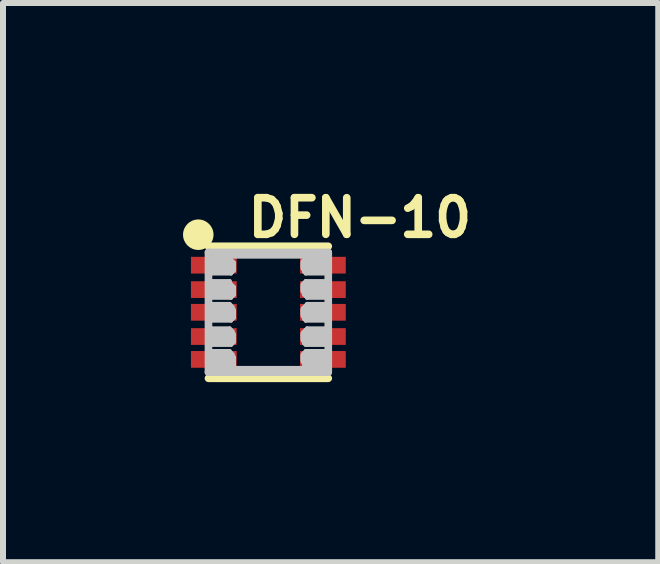
<source format=kicad_pcb>
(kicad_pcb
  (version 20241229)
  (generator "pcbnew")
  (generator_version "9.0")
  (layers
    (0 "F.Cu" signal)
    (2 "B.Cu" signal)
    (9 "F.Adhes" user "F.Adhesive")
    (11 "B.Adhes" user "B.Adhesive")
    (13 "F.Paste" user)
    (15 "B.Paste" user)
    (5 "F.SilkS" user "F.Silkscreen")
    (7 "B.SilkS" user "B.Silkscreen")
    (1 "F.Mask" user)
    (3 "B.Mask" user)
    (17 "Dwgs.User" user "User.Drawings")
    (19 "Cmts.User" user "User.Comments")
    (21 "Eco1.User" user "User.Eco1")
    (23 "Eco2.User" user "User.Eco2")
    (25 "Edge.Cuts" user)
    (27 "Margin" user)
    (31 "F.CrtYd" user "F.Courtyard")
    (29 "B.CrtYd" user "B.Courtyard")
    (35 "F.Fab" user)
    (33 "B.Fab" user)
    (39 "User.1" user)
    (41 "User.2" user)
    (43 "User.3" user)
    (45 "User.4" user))
  (footprint "DFN-10"
    (layer "F.Cu")
    (at 1.422 2.154)
    (property "Reference" "DFN-10" (at 1.524 -1.575 0) (layer "F.SilkS") (effects (font (size 0.61 0.61) (thickness 0.127))))
    (attr smd)
    (fp_line (start -0.998 -1.1) (end 0.998 -1.1) (stroke (width 0.127) (type solid)) (layer "F.SilkS"))
    (fp_line (start -0.998 1.1) (end 0.998 1.1) (stroke (width 0.127) (type solid)) (layer "F.SilkS"))
    (fp_circle (center -1.168 -1.293) (end -1.168 -1.547) (stroke (width 0) (type solid)) (fill yes) (layer "F.SilkS"))
    (fp_line (start -1.003 -0.978) (end 1.003 -0.978) (stroke (width 0.066) (type solid)) (layer "Dwgs.User"))
    (fp_line (start -1.003 -0.953) (end -1.003 -0.978) (stroke (width 0.066) (type solid)) (layer "Dwgs.User"))
    (fp_line (start -1.003 -0.953) (end 1.003 -0.953) (stroke (width 0.066) (type solid)) (layer "Dwgs.User"))
    (fp_line (start -1.003 -0.953) (end 1.003 -0.953) (stroke (width 0.066) (type solid)) (layer "Dwgs.User"))
    (fp_line (start -1.003 -0.927) (end -1.003 -0.953) (stroke (width 0.066) (type solid)) (layer "Dwgs.User"))
    (fp_line (start -1.003 -0.927) (end -0.645 -0.927) (stroke (width 0.066) (type solid)) (layer "Dwgs.User"))
    (fp_line (start -1.003 -0.927) (end 1.003 -0.927) (stroke (width 0.066) (type solid)) (layer "Dwgs.User"))
    (fp_line (start -1.003 -0.899) (end -1.003 -0.927) (stroke (width 0.066) (type solid)) (layer "Dwgs.User"))
    (fp_line (start -1.003 -0.899) (end -0.645 -0.899) (stroke (width 0.066) (type solid)) (layer "Dwgs.User"))
    (fp_line (start -1.003 -0.899) (end -0.645 -0.899) (stroke (width 0.066) (type solid)) (layer "Dwgs.User"))
    (fp_line (start -1.003 -0.876) (end -1.003 -0.899) (stroke (width 0.066) (type solid)) (layer "Dwgs.User"))
    (fp_line (start -1.003 -0.876) (end -0.645 -0.876) (stroke (width 0.066) (type solid)) (layer "Dwgs.User"))
    (fp_line (start -1.003 -0.876) (end -0.622 -0.876) (stroke (width 0.066) (type solid)) (layer "Dwgs.User"))
    (fp_line (start -1.003 -0.851) (end -1.003 -0.876) (stroke (width 0.066) (type solid)) (layer "Dwgs.User"))
    (fp_line (start -1.003 -0.851) (end -0.622 -0.851) (stroke (width 0.066) (type solid)) (layer "Dwgs.User"))
    (fp_line (start -1.003 -0.851) (end -0.597 -0.851) (stroke (width 0.066) (type solid)) (layer "Dwgs.User"))
    (fp_line (start -1.003 -0.826) (end -1.003 -0.851) (stroke (width 0.066) (type solid)) (layer "Dwgs.User"))
    (fp_line (start -1.003 -0.826) (end -0.597 -0.826) (stroke (width 0.066) (type solid)) (layer "Dwgs.User"))
    (fp_line (start -1.003 -0.826) (end -0.572 -0.826) (stroke (width 0.066) (type solid)) (layer "Dwgs.User"))
    (fp_line (start -1.003 -0.8) (end -1.003 -0.826) (stroke (width 0.066) (type solid)) (layer "Dwgs.User"))
    (fp_line (start -1.003 -0.8) (end -0.572 -0.8) (stroke (width 0.066) (type solid)) (layer "Dwgs.User"))
    (fp_line (start -1.003 -0.8) (end -0.572 -0.8) (stroke (width 0.066) (type solid)) (layer "Dwgs.User"))
    (fp_line (start -1.003 -0.775) (end -1.003 -0.8) (stroke (width 0.066) (type solid)) (layer "Dwgs.User"))
    (fp_line (start -1.003 -0.775) (end -0.572 -0.775) (stroke (width 0.066) (type solid)) (layer "Dwgs.User"))
    (fp_line (start -1.003 -0.775) (end -0.572 -0.775) (stroke (width 0.066) (type solid)) (layer "Dwgs.User"))
    (fp_line (start -1.003 -0.749) (end -1.003 -0.775) (stroke (width 0.066) (type solid)) (layer "Dwgs.User"))
    (fp_line (start -1.003 -0.749) (end -0.572 -0.749) (stroke (width 0.066) (type solid)) (layer "Dwgs.User"))
    (fp_line (start -1.003 -0.749) (end -0.572 -0.749) (stroke (width 0.066) (type solid)) (layer "Dwgs.User"))
    (fp_line (start -1.003 -0.724) (end -1.003 -0.749) (stroke (width 0.066) (type solid)) (layer "Dwgs.User"))
    (fp_line (start -1.003 -0.724) (end -0.572 -0.724) (stroke (width 0.066) (type solid)) (layer "Dwgs.User"))
    (fp_line (start -1.003 -0.724) (end -0.572 -0.724) (stroke (width 0.066) (type solid)) (layer "Dwgs.User"))
    (fp_line (start -1.003 -0.699) (end -1.003 -0.724) (stroke (width 0.066) (type solid)) (layer "Dwgs.User"))
    (fp_line (start -1.003 -0.699) (end -0.597 -0.699) (stroke (width 0.066) (type solid)) (layer "Dwgs.User"))
    (fp_line (start -1.003 -0.699) (end -0.572 -0.699) (stroke (width 0.066) (type solid)) (layer "Dwgs.User"))
    (fp_line (start -1.003 -0.673) (end -1.003 -0.699) (stroke (width 0.066) (type solid)) (layer "Dwgs.User"))
    (fp_line (start -1.003 -0.673) (end -0.622 -0.673) (stroke (width 0.066) (type solid)) (layer "Dwgs.User"))
    (fp_line (start -1.003 -0.673) (end -0.597 -0.673) (stroke (width 0.066) (type solid)) (layer "Dwgs.User"))
    (fp_line (start -1.003 -0.645) (end -1.003 -0.673) (stroke (width 0.066) (type solid)) (layer "Dwgs.User"))
    (fp_line (start -1.003 -0.645) (end -0.622 -0.645) (stroke (width 0.066) (type solid)) (layer "Dwgs.User"))
    (fp_line (start -1.003 -0.521) (end -0.645 -0.521) (stroke (width 0.066) (type solid)) (layer "Dwgs.User"))
    (fp_line (start -1.003 -0.495) (end -1.003 -0.521) (stroke (width 0.066) (type solid)) (layer "Dwgs.User"))
    (fp_line (start -1.003 -0.495) (end -0.645 -0.495) (stroke (width 0.066) (type solid)) (layer "Dwgs.User"))
    (fp_line (start -1.003 -0.495) (end -0.645 -0.495) (stroke (width 0.066) (type solid)) (layer "Dwgs.User"))
    (fp_line (start -1.003 -0.47) (end -1.003 -0.495) (stroke (width 0.066) (type solid)) (layer "Dwgs.User"))
    (fp_line (start -1.003 -0.47) (end -0.645 -0.47) (stroke (width 0.066) (type solid)) (layer "Dwgs.User"))
    (fp_line (start -1.003 -0.47) (end -0.622 -0.47) (stroke (width 0.066) (type solid)) (layer "Dwgs.User"))
    (fp_line (start -1.003 -0.445) (end -1.003 -0.47) (stroke (width 0.066) (type solid)) (layer "Dwgs.User"))
    (fp_line (start -1.003 -0.445) (end -0.622 -0.445) (stroke (width 0.066) (type solid)) (layer "Dwgs.User"))
    (fp_line (start -1.003 -0.445) (end -0.597 -0.445) (stroke (width 0.066) (type solid)) (layer "Dwgs.User"))
    (fp_line (start -1.003 -0.419) (end -1.003 -0.445) (stroke (width 0.066) (type solid)) (layer "Dwgs.User"))
    (fp_line (start -1.003 -0.419) (end -0.597 -0.419) (stroke (width 0.066) (type solid)) (layer "Dwgs.User"))
    (fp_line (start -1.003 -0.419) (end -0.572 -0.419) (stroke (width 0.066) (type solid)) (layer "Dwgs.User"))
    (fp_line (start -1.003 -0.394) (end -1.003 -0.419) (stroke (width 0.066) (type solid)) (layer "Dwgs.User"))
    (fp_line (start -1.003 -0.394) (end -0.572 -0.394) (stroke (width 0.066) (type solid)) (layer "Dwgs.User"))
    (fp_line (start -1.003 -0.394) (end -0.572 -0.394) (stroke (width 0.066) (type solid)) (layer "Dwgs.User"))
    (fp_line (start -1.003 -0.368) (end -1.003 -0.394) (stroke (width 0.066) (type solid)) (layer "Dwgs.User"))
    (fp_line (start -1.003 -0.368) (end -0.572 -0.368) (stroke (width 0.066) (type solid)) (layer "Dwgs.User"))
    (fp_line (start -1.003 -0.368) (end -0.572 -0.368) (stroke (width 0.066) (type solid)) (layer "Dwgs.User"))
    (fp_line (start -1.003 -0.343) (end -1.003 -0.368) (stroke (width 0.066) (type solid)) (layer "Dwgs.User"))
    (fp_line (start -1.003 -0.343) (end -0.572 -0.343) (stroke (width 0.066) (type solid)) (layer "Dwgs.User"))
    (fp_line (start -1.003 -0.343) (end -0.572 -0.343) (stroke (width 0.066) (type solid)) (layer "Dwgs.User"))
    (fp_line (start -1.003 -0.318) (end -1.003 -0.343) (stroke (width 0.066) (type solid)) (layer "Dwgs.User"))
    (fp_line (start -1.003 -0.318) (end -0.572 -0.318) (stroke (width 0.066) (type solid)) (layer "Dwgs.User"))
    (fp_line (start -1.003 -0.318) (end -0.572 -0.318) (stroke (width 0.066) (type solid)) (layer "Dwgs.User"))
    (fp_line (start -1.003 -0.292) (end -1.003 -0.318) (stroke (width 0.066) (type solid)) (layer "Dwgs.User"))
    (fp_line (start -1.003 -0.292) (end -0.597 -0.292) (stroke (width 0.066) (type solid)) (layer "Dwgs.User"))
    (fp_line (start -1.003 -0.292) (end -0.572 -0.292) (stroke (width 0.066) (type solid)) (layer "Dwgs.User"))
    (fp_line (start -1.003 -0.267) (end -1.003 -0.292) (stroke (width 0.066) (type solid)) (layer "Dwgs.User"))
    (fp_line (start -1.003 -0.267) (end -0.622 -0.267) (stroke (width 0.066) (type solid)) (layer "Dwgs.User"))
    (fp_line (start -1.003 -0.267) (end -0.597 -0.267) (stroke (width 0.066) (type solid)) (layer "Dwgs.User"))
    (fp_line (start -1.003 -0.241) (end -1.003 -0.267) (stroke (width 0.066) (type solid)) (layer "Dwgs.User"))
    (fp_line (start -1.003 -0.241) (end -0.622 -0.241) (stroke (width 0.066) (type solid)) (layer "Dwgs.User"))
    (fp_line (start -1.003 -0.14) (end -0.645 -0.14) (stroke (width 0.066) (type solid)) (layer "Dwgs.User"))
    (fp_line (start -1.003 -0.114) (end -1.003 -0.14) (stroke (width 0.066) (type solid)) (layer "Dwgs.User"))
    (fp_line (start -1.003 -0.114) (end -0.645 -0.114) (stroke (width 0.066) (type solid)) (layer "Dwgs.User"))
    (fp_line (start -1.003 -0.114) (end -0.622 -0.114) (stroke (width 0.066) (type solid)) (layer "Dwgs.User"))
    (fp_line (start -1.003 -0.089) (end -1.003 -0.114) (stroke (width 0.066) (type solid)) (layer "Dwgs.User"))
    (fp_line (start -1.003 -0.089) (end -0.622 -0.089) (stroke (width 0.066) (type solid)) (layer "Dwgs.User"))
    (fp_line (start -1.003 -0.089) (end -0.597 -0.089) (stroke (width 0.066) (type solid)) (layer "Dwgs.User"))
    (fp_line (start -1.003 -0.064) (end -1.003 -0.089) (stroke (width 0.066) (type solid)) (layer "Dwgs.User"))
    (fp_line (start -1.003 -0.064) (end -0.597 -0.064) (stroke (width 0.066) (type solid)) (layer "Dwgs.User"))
    (fp_line (start -1.003 -0.064) (end -0.597 -0.064) (stroke (width 0.066) (type solid)) (layer "Dwgs.User"))
    (fp_line (start -1.003 -0.038) (end -1.003 -0.064) (stroke (width 0.066) (type solid)) (layer "Dwgs.User"))
    (fp_line (start -1.003 -0.038) (end -0.597 -0.038) (stroke (width 0.066) (type solid)) (layer "Dwgs.User"))
    (fp_line (start -1.003 -0.038) (end -0.572 -0.038) (stroke (width 0.066) (type solid)) (layer "Dwgs.User"))
    (fp_line (start -1.003 -0.013) (end -1.003 -0.038) (stroke (width 0.066) (type solid)) (layer "Dwgs.User"))
    (fp_line (start -1.003 -0.013) (end -0.572 -0.013) (stroke (width 0.066) (type solid)) (layer "Dwgs.User"))
    (fp_line (start -1.003 -0.013) (end -0.572 -0.013) (stroke (width 0.066) (type solid)) (layer "Dwgs.User"))
    (fp_line (start -1.003 0.013) (end -1.003 -0.013) (stroke (width 0.066) (type solid)) (layer "Dwgs.User"))
    (fp_line (start -1.003 0.013) (end -0.572 0.013) (stroke (width 0.066) (type solid)) (layer "Dwgs.User"))
    (fp_line (start -1.003 0.013) (end -0.572 0.013) (stroke (width 0.066) (type solid)) (layer "Dwgs.User"))
    (fp_line (start -1.003 0.038) (end -1.003 0.013) (stroke (width 0.066) (type solid)) (layer "Dwgs.User"))
    (fp_line (start -1.003 0.038) (end -0.572 0.038) (stroke (width 0.066) (type solid)) (layer "Dwgs.User"))
    (fp_line (start -1.003 0.038) (end -0.572 0.038) (stroke (width 0.066) (type solid)) (layer "Dwgs.User"))
    (fp_line (start -1.003 0.064) (end -1.003 0.038) (stroke (width 0.066) (type solid)) (layer "Dwgs.User"))
    (fp_line (start -1.003 0.064) (end -0.572 0.064) (stroke (width 0.066) (type solid)) (layer "Dwgs.User"))
    (fp_line (start -1.003 0.064) (end -0.572 0.064) (stroke (width 0.066) (type solid)) (layer "Dwgs.User"))
    (fp_line (start -1.003 0.089) (end -1.003 0.064) (stroke (width 0.066) (type solid)) (layer "Dwgs.User"))
    (fp_line (start -1.003 0.089) (end -0.597 0.089) (stroke (width 0.066) (type solid)) (layer "Dwgs.User"))
    (fp_line (start -1.003 0.089) (end -0.572 0.089) (stroke (width 0.066) (type solid)) (layer "Dwgs.User"))
    (fp_line (start -1.003 0.114) (end -1.003 0.089) (stroke (width 0.066) (type solid)) (layer "Dwgs.User"))
    (fp_line (start -1.003 0.114) (end -0.622 0.114) (stroke (width 0.066) (type solid)) (layer "Dwgs.User"))
    (fp_line (start -1.003 0.114) (end -0.597 0.114) (stroke (width 0.066) (type solid)) (layer "Dwgs.User"))
    (fp_line (start -1.003 0.14) (end -1.003 0.114) (stroke (width 0.066) (type solid)) (layer "Dwgs.User"))
    (fp_line (start -1.003 0.14) (end -0.622 0.14) (stroke (width 0.066) (type solid)) (layer "Dwgs.User"))
    (fp_line (start -1.003 0.267) (end -0.645 0.267) (stroke (width 0.066) (type solid)) (layer "Dwgs.User"))
    (fp_line (start -1.003 0.292) (end -1.003 0.267) (stroke (width 0.066) (type solid)) (layer "Dwgs.User"))
    (fp_line (start -1.003 0.292) (end -0.645 0.292) (stroke (width 0.066) (type solid)) (layer "Dwgs.User"))
    (fp_line (start -1.003 0.292) (end -0.622 0.292) (stroke (width 0.066) (type solid)) (layer "Dwgs.User"))
    (fp_line (start -1.003 0.318) (end -1.003 0.292) (stroke (width 0.066) (type solid)) (layer "Dwgs.User"))
    (fp_line (start -1.003 0.318) (end -0.622 0.318) (stroke (width 0.066) (type solid)) (layer "Dwgs.User"))
    (fp_line (start -1.003 0.318) (end -0.597 0.318) (stroke (width 0.066) (type solid)) (layer "Dwgs.User"))
    (fp_line (start -1.003 0.343) (end -1.003 0.318) (stroke (width 0.066) (type solid)) (layer "Dwgs.User"))
    (fp_line (start -1.003 0.343) (end -0.597 0.343) (stroke (width 0.066) (type solid)) (layer "Dwgs.User"))
    (fp_line (start -1.003 0.343) (end -0.597 0.343) (stroke (width 0.066) (type solid)) (layer "Dwgs.User"))
    (fp_line (start -1.003 0.368) (end -1.003 0.343) (stroke (width 0.066) (type solid)) (layer "Dwgs.User"))
    (fp_line (start -1.003 0.368) (end -0.597 0.368) (stroke (width 0.066) (type solid)) (layer "Dwgs.User"))
    (fp_line (start -1.003 0.368) (end -0.572 0.368) (stroke (width 0.066) (type solid)) (layer "Dwgs.User"))
    (fp_line (start -1.003 0.394) (end -1.003 0.368) (stroke (width 0.066) (type solid)) (layer "Dwgs.User"))
    (fp_line (start -1.003 0.394) (end -0.572 0.394) (stroke (width 0.066) (type solid)) (layer "Dwgs.User"))
    (fp_line (start -1.003 0.394) (end -0.572 0.394) (stroke (width 0.066) (type solid)) (layer "Dwgs.User"))
    (fp_line (start -1.003 0.419) (end -1.003 0.394) (stroke (width 0.066) (type solid)) (layer "Dwgs.User"))
    (fp_line (start -1.003 0.419) (end -0.572 0.419) (stroke (width 0.066) (type solid)) (layer "Dwgs.User"))
    (fp_line (start -1.003 0.419) (end -0.572 0.419) (stroke (width 0.066) (type solid)) (layer "Dwgs.User"))
    (fp_line (start -1.003 0.445) (end -1.003 0.419) (stroke (width 0.066) (type solid)) (layer "Dwgs.User"))
    (fp_line (start -1.003 0.445) (end -0.572 0.445) (stroke (width 0.066) (type solid)) (layer "Dwgs.User"))
    (fp_line (start -1.003 0.445) (end -0.572 0.445) (stroke (width 0.066) (type solid)) (layer "Dwgs.User"))
    (fp_line (start -1.003 0.47) (end -1.003 0.445) (stroke (width 0.066) (type solid)) (layer "Dwgs.User"))
    (fp_line (start -1.003 0.47) (end -0.572 0.47) (stroke (width 0.066) (type solid)) (layer "Dwgs.User"))
    (fp_line (start -1.003 0.47) (end -0.572 0.47) (stroke (width 0.066) (type solid)) (layer "Dwgs.User"))
    (fp_line (start -1.003 0.495) (end -1.003 0.47) (stroke (width 0.066) (type solid)) (layer "Dwgs.User"))
    (fp_line (start -1.003 0.495) (end -0.597 0.495) (stroke (width 0.066) (type solid)) (layer "Dwgs.User"))
    (fp_line (start -1.003 0.495) (end -0.572 0.495) (stroke (width 0.066) (type solid)) (layer "Dwgs.User"))
    (fp_line (start -1.003 0.521) (end -1.003 0.495) (stroke (width 0.066) (type solid)) (layer "Dwgs.User"))
    (fp_line (start -1.003 0.521) (end -0.622 0.521) (stroke (width 0.066) (type solid)) (layer "Dwgs.User"))
    (fp_line (start -1.003 0.521) (end -0.597 0.521) (stroke (width 0.066) (type solid)) (layer "Dwgs.User"))
    (fp_line (start -1.003 0.544) (end -1.003 0.521) (stroke (width 0.066) (type solid)) (layer "Dwgs.User"))
    (fp_line (start -1.003 0.544) (end -0.622 0.544) (stroke (width 0.066) (type solid)) (layer "Dwgs.User"))
    (fp_line (start -1.003 0.645) (end -0.645 0.645) (stroke (width 0.066) (type solid)) (layer "Dwgs.User"))
    (fp_line (start -1.003 0.673) (end -1.003 0.645) (stroke (width 0.066) (type solid)) (layer "Dwgs.User"))
    (fp_line (start -1.003 0.673) (end -0.645 0.673) (stroke (width 0.066) (type solid)) (layer "Dwgs.User"))
    (fp_line (start -1.003 0.673) (end -0.622 0.673) (stroke (width 0.066) (type solid)) (layer "Dwgs.User"))
    (fp_line (start -1.003 0.699) (end -1.003 0.673) (stroke (width 0.066) (type solid)) (layer "Dwgs.User"))
    (fp_line (start -1.003 0.699) (end -0.622 0.699) (stroke (width 0.066) (type solid)) (layer "Dwgs.User"))
    (fp_line (start -1.003 0.699) (end -0.597 0.699) (stroke (width 0.066) (type solid)) (layer "Dwgs.User"))
    (fp_line (start -1.003 0.724) (end -1.003 0.699) (stroke (width 0.066) (type solid)) (layer "Dwgs.User"))
    (fp_line (start -1.003 0.724) (end -0.597 0.724) (stroke (width 0.066) (type solid)) (layer "Dwgs.User"))
    (fp_line (start -1.003 0.724) (end -0.597 0.724) (stroke (width 0.066) (type solid)) (layer "Dwgs.User"))
    (fp_line (start -1.003 0.749) (end -1.003 0.724) (stroke (width 0.066) (type solid)) (layer "Dwgs.User"))
    (fp_line (start -1.003 0.749) (end -0.597 0.749) (stroke (width 0.066) (type solid)) (layer "Dwgs.User"))
    (fp_line (start -1.003 0.749) (end -0.572 0.749) (stroke (width 0.066) (type solid)) (layer "Dwgs.User"))
    (fp_line (start -1.003 0.775) (end -1.003 0.749) (stroke (width 0.066) (type solid)) (layer "Dwgs.User"))
    (fp_line (start -1.003 0.775) (end -0.572 0.775) (stroke (width 0.066) (type solid)) (layer "Dwgs.User"))
    (fp_line (start -1.003 0.775) (end -0.572 0.775) (stroke (width 0.066) (type solid)) (layer "Dwgs.User"))
    (fp_line (start -1.003 0.8) (end -1.003 0.775) (stroke (width 0.066) (type solid)) (layer "Dwgs.User"))
    (fp_line (start -1.003 0.8) (end -0.572 0.8) (stroke (width 0.066) (type solid)) (layer "Dwgs.User"))
    (fp_line (start -1.003 0.8) (end -0.572 0.8) (stroke (width 0.066) (type solid)) (layer "Dwgs.User"))
    (fp_line (start -1.003 0.826) (end -1.003 0.8) (stroke (width 0.066) (type solid)) (layer "Dwgs.User"))
    (fp_line (start -1.003 0.826) (end -0.572 0.826) (stroke (width 0.066) (type solid)) (layer "Dwgs.User"))
    (fp_line (start -1.003 0.826) (end -0.572 0.826) (stroke (width 0.066) (type solid)) (layer "Dwgs.User"))
    (fp_line (start -1.003 0.851) (end -1.003 0.826) (stroke (width 0.066) (type solid)) (layer "Dwgs.User"))
    (fp_line (start -1.003 0.851) (end -0.572 0.851) (stroke (width 0.066) (type solid)) (layer "Dwgs.User"))
    (fp_line (start -1.003 0.851) (end -0.572 0.851) (stroke (width 0.066) (type solid)) (layer "Dwgs.User"))
    (fp_line (start -1.003 0.876) (end -1.003 0.851) (stroke (width 0.066) (type solid)) (layer "Dwgs.User"))
    (fp_line (start -1.003 0.876) (end -0.597 0.876) (stroke (width 0.066) (type solid)) (layer "Dwgs.User"))
    (fp_line (start -1.003 0.876) (end -0.572 0.876) (stroke (width 0.066) (type solid)) (layer "Dwgs.User"))
    (fp_line (start -1.003 0.899) (end -1.003 0.876) (stroke (width 0.066) (type solid)) (layer "Dwgs.User"))
    (fp_line (start -1.003 0.899) (end -0.622 0.899) (stroke (width 0.066) (type solid)) (layer "Dwgs.User"))
    (fp_line (start -1.003 0.899) (end -0.597 0.899) (stroke (width 0.066) (type solid)) (layer "Dwgs.User"))
    (fp_line (start -1.003 0.927) (end -1.003 0.899) (stroke (width 0.066) (type solid)) (layer "Dwgs.User"))
    (fp_line (start -1.003 0.927) (end -0.622 0.927) (stroke (width 0.066) (type solid)) (layer "Dwgs.User"))
    (fp_line (start -1.003 0.927) (end 1.003 0.927) (stroke (width 0.066) (type solid)) (layer "Dwgs.User"))
    (fp_line (start -1.003 0.953) (end -1.003 0.927) (stroke (width 0.066) (type solid)) (layer "Dwgs.User"))
    (fp_line (start -1.003 0.953) (end 1.003 0.953) (stroke (width 0.066) (type solid)) (layer "Dwgs.User"))
    (fp_line (start -1.003 0.953) (end 1.003 0.953) (stroke (width 0.066) (type solid)) (layer "Dwgs.User"))
    (fp_line (start -1.003 0.978) (end -1.003 0.953) (stroke (width 0.066) (type solid)) (layer "Dwgs.User"))
    (fp_line (start -1.003 0.978) (end 1.003 0.978) (stroke (width 0.066) (type solid)) (layer "Dwgs.User"))
    (fp_line (start -0.998 -0.998) (end -0.998 0.998) (stroke (width 0.127) (type solid)) (layer "Dwgs.User"))
    (fp_line (start -0.998 0.998) (end 0.998 0.998) (stroke (width 0.127) (type solid)) (layer "Dwgs.User"))
    (fp_line (start -0.645 -0.899) (end -0.645 -0.927) (stroke (width 0.066) (type solid)) (layer "Dwgs.User"))
    (fp_line (start -0.645 -0.876) (end -0.645 -0.899) (stroke (width 0.066) (type solid)) (layer "Dwgs.User"))
    (fp_line (start -0.645 -0.495) (end -0.645 -0.521) (stroke (width 0.066) (type solid)) (layer "Dwgs.User"))
    (fp_line (start -0.645 -0.47) (end -0.645 -0.495) (stroke (width 0.066) (type solid)) (layer "Dwgs.User"))
    (fp_line (start -0.645 -0.114) (end -0.645 -0.14) (stroke (width 0.066) (type solid)) (layer "Dwgs.User"))
    (fp_line (start -0.645 0.292) (end -0.645 0.267) (stroke (width 0.066) (type solid)) (layer "Dwgs.User"))
    (fp_line (start -0.645 0.673) (end -0.645 0.645) (stroke (width 0.066) (type solid)) (layer "Dwgs.User"))
    (fp_line (start -0.622 -0.851) (end -0.622 -0.876) (stroke (width 0.066) (type solid)) (layer "Dwgs.User"))
    (fp_line (start -0.622 -0.645) (end -0.622 -0.673) (stroke (width 0.066) (type solid)) (layer "Dwgs.User"))
    (fp_line (start -0.622 -0.445) (end -0.622 -0.47) (stroke (width 0.066) (type solid)) (layer "Dwgs.User"))
    (fp_line (start -0.622 -0.241) (end -0.622 -0.267) (stroke (width 0.066) (type solid)) (layer "Dwgs.User"))
    (fp_line (start -0.622 -0.089) (end -0.622 -0.114) (stroke (width 0.066) (type solid)) (layer "Dwgs.User"))
    (fp_line (start -0.622 0.14) (end -0.622 0.114) (stroke (width 0.066) (type solid)) (layer "Dwgs.User"))
    (fp_line (start -0.622 0.318) (end -0.622 0.292) (stroke (width 0.066) (type solid)) (layer "Dwgs.User"))
    (fp_line (start -0.622 0.544) (end -0.622 0.521) (stroke (width 0.066) (type solid)) (layer "Dwgs.User"))
    (fp_line (start -0.622 0.699) (end -0.622 0.673) (stroke (width 0.066) (type solid)) (layer "Dwgs.User"))
    (fp_line (start -0.622 0.927) (end -0.622 0.899) (stroke (width 0.066) (type solid)) (layer "Dwgs.User"))
    (fp_line (start -0.597 -0.826) (end -0.597 -0.851) (stroke (width 0.066) (type solid)) (layer "Dwgs.User"))
    (fp_line (start -0.597 -0.673) (end -0.597 -0.699) (stroke (width 0.066) (type solid)) (layer "Dwgs.User"))
    (fp_line (start -0.597 -0.419) (end -0.597 -0.445) (stroke (width 0.066) (type solid)) (layer "Dwgs.User"))
    (fp_line (start -0.597 -0.267) (end -0.597 -0.292) (stroke (width 0.066) (type solid)) (layer "Dwgs.User"))
    (fp_line (start -0.597 -0.064) (end -0.597 -0.089) (stroke (width 0.066) (type solid)) (layer "Dwgs.User"))
    (fp_line (start -0.597 -0.038) (end -0.597 -0.064) (stroke (width 0.066) (type solid)) (layer "Dwgs.User"))
    (fp_line (start -0.597 0.114) (end -0.597 0.089) (stroke (width 0.066) (type solid)) (layer "Dwgs.User"))
    (fp_line (start -0.597 0.343) (end -0.597 0.318) (stroke (width 0.066) (type solid)) (layer "Dwgs.User"))
    (fp_line (start -0.597 0.368) (end -0.597 0.343) (stroke (width 0.066) (type solid)) (layer "Dwgs.User"))
    (fp_line (start -0.597 0.521) (end -0.597 0.495) (stroke (width 0.066) (type solid)) (layer "Dwgs.User"))
    (fp_line (start -0.597 0.724) (end -0.597 0.699) (stroke (width 0.066) (type solid)) (layer "Dwgs.User"))
    (fp_line (start -0.597 0.749) (end -0.597 0.724) (stroke (width 0.066) (type solid)) (layer "Dwgs.User"))
    (fp_line (start -0.597 0.899) (end -0.597 0.876) (stroke (width 0.066) (type solid)) (layer "Dwgs.User"))
    (fp_line (start -0.572 -0.8) (end -0.572 -0.826) (stroke (width 0.066) (type solid)) (layer "Dwgs.User"))
    (fp_line (start -0.572 -0.775) (end -0.572 -0.8) (stroke (width 0.066) (type solid)) (layer "Dwgs.User"))
    (fp_line (start -0.572 -0.749) (end -0.572 -0.775) (stroke (width 0.066) (type solid)) (layer "Dwgs.User"))
    (fp_line (start -0.572 -0.724) (end -0.572 -0.749) (stroke (width 0.066) (type solid)) (layer "Dwgs.User"))
    (fp_line (start -0.572 -0.699) (end -0.572 -0.724) (stroke (width 0.066) (type solid)) (layer "Dwgs.User"))
    (fp_line (start -0.572 -0.394) (end -0.572 -0.419) (stroke (width 0.066) (type solid)) (layer "Dwgs.User"))
    (fp_line (start -0.572 -0.368) (end -0.572 -0.394) (stroke (width 0.066) (type solid)) (layer "Dwgs.User"))
    (fp_line (start -0.572 -0.343) (end -0.572 -0.368) (stroke (width 0.066) (type solid)) (layer "Dwgs.User"))
    (fp_line (start -0.572 -0.318) (end -0.572 -0.343) (stroke (width 0.066) (type solid)) (layer "Dwgs.User"))
    (fp_line (start -0.572 -0.292) (end -0.572 -0.318) (stroke (width 0.066) (type solid)) (layer "Dwgs.User"))
    (fp_line (start -0.572 -0.013) (end -0.572 -0.038) (stroke (width 0.066) (type solid)) (layer "Dwgs.User"))
    (fp_line (start -0.572 0.013) (end -0.572 -0.013) (stroke (width 0.066) (type solid)) (layer "Dwgs.User"))
    (fp_line (start -0.572 0.038) (end -0.572 0.013) (stroke (width 0.066) (type solid)) (layer "Dwgs.User"))
    (fp_line (start -0.572 0.064) (end -0.572 0.038) (stroke (width 0.066) (type solid)) (layer "Dwgs.User"))
    (fp_line (start -0.572 0.089) (end -0.572 0.064) (stroke (width 0.066) (type solid)) (layer "Dwgs.User"))
    (fp_line (start -0.572 0.394) (end -0.572 0.368) (stroke (width 0.066) (type solid)) (layer "Dwgs.User"))
    (fp_line (start -0.572 0.419) (end -0.572 0.394) (stroke (width 0.066) (type solid)) (layer "Dwgs.User"))
    (fp_line (start -0.572 0.445) (end -0.572 0.419) (stroke (width 0.066) (type solid)) (layer "Dwgs.User"))
    (fp_line (start -0.572 0.47) (end -0.572 0.445) (stroke (width 0.066) (type solid)) (layer "Dwgs.User"))
    (fp_line (start -0.572 0.495) (end -0.572 0.47) (stroke (width 0.066) (type solid)) (layer "Dwgs.User"))
    (fp_line (start -0.572 0.775) (end -0.572 0.749) (stroke (width 0.066) (type solid)) (layer "Dwgs.User"))
    (fp_line (start -0.572 0.8) (end -0.572 0.775) (stroke (width 0.066) (type solid)) (layer "Dwgs.User"))
    (fp_line (start -0.572 0.826) (end -0.572 0.8) (stroke (width 0.066) (type solid)) (layer "Dwgs.User"))
    (fp_line (start -0.572 0.851) (end -0.572 0.826) (stroke (width 0.066) (type solid)) (layer "Dwgs.User"))
    (fp_line (start -0.572 0.876) (end -0.572 0.851) (stroke (width 0.066) (type solid)) (layer "Dwgs.User"))
    (fp_line (start 0.572 -0.851) (end 1.003 -0.851) (stroke (width 0.066) (type solid)) (layer "Dwgs.User"))
    (fp_line (start 0.572 -0.826) (end 0.572 -0.851) (stroke (width 0.066) (type solid)) (layer "Dwgs.User"))
    (fp_line (start 0.572 -0.826) (end 1.003 -0.826) (stroke (width 0.066) (type solid)) (layer "Dwgs.User"))
    (fp_line (start 0.572 -0.826) (end 1.003 -0.826) (stroke (width 0.066) (type solid)) (layer "Dwgs.User"))
    (fp_line (start 0.572 -0.8) (end 0.572 -0.826) (stroke (width 0.066) (type solid)) (layer "Dwgs.User"))
    (fp_line (start 0.572 -0.8) (end 1.003 -0.8) (stroke (width 0.066) (type solid)) (layer "Dwgs.User"))
    (fp_line (start 0.572 -0.8) (end 1.003 -0.8) (stroke (width 0.066) (type solid)) (layer "Dwgs.User"))
    (fp_line (start 0.572 -0.775) (end 0.572 -0.8) (stroke (width 0.066) (type solid)) (layer "Dwgs.User"))
    (fp_line (start 0.572 -0.775) (end 1.003 -0.775) (stroke (width 0.066) (type solid)) (layer "Dwgs.User"))
    (fp_line (start 0.572 -0.775) (end 1.003 -0.775) (stroke (width 0.066) (type solid)) (layer "Dwgs.User"))
    (fp_line (start 0.572 -0.749) (end 0.572 -0.775) (stroke (width 0.066) (type solid)) (layer "Dwgs.User"))
    (fp_line (start 0.572 -0.749) (end 1.003 -0.749) (stroke (width 0.066) (type solid)) (layer "Dwgs.User"))
    (fp_line (start 0.572 -0.749) (end 1.003 -0.749) (stroke (width 0.066) (type solid)) (layer "Dwgs.User"))
    (fp_line (start 0.572 -0.724) (end 0.572 -0.749) (stroke (width 0.066) (type solid)) (layer "Dwgs.User"))
    (fp_line (start 0.572 -0.724) (end 1.003 -0.724) (stroke (width 0.066) (type solid)) (layer "Dwgs.User"))
    (fp_line (start 0.572 -0.47) (end 1.003 -0.47) (stroke (width 0.066) (type solid)) (layer "Dwgs.User"))
    (fp_line (start 0.572 -0.445) (end 0.572 -0.47) (stroke (width 0.066) (type solid)) (layer "Dwgs.User"))
    (fp_line (start 0.572 -0.445) (end 1.003 -0.445) (stroke (width 0.066) (type solid)) (layer "Dwgs.User"))
    (fp_line (start 0.572 -0.445) (end 1.003 -0.445) (stroke (width 0.066) (type solid)) (layer "Dwgs.User"))
    (fp_line (start 0.572 -0.419) (end 0.572 -0.445) (stroke (width 0.066) (type solid)) (layer "Dwgs.User"))
    (fp_line (start 0.572 -0.419) (end 1.003 -0.419) (stroke (width 0.066) (type solid)) (layer "Dwgs.User"))
    (fp_line (start 0.572 -0.419) (end 1.003 -0.419) (stroke (width 0.066) (type solid)) (layer "Dwgs.User"))
    (fp_line (start 0.572 -0.394) (end 0.572 -0.419) (stroke (width 0.066) (type solid)) (layer "Dwgs.User"))
    (fp_line (start 0.572 -0.394) (end 1.003 -0.394) (stroke (width 0.066) (type solid)) (layer "Dwgs.User"))
    (fp_line (start 0.572 -0.394) (end 1.003 -0.394) (stroke (width 0.066) (type solid)) (layer "Dwgs.User"))
    (fp_line (start 0.572 -0.368) (end 0.572 -0.394) (stroke (width 0.066) (type solid)) (layer "Dwgs.User"))
    (fp_line (start 0.572 -0.368) (end 1.003 -0.368) (stroke (width 0.066) (type solid)) (layer "Dwgs.User"))
    (fp_line (start 0.572 -0.368) (end 1.003 -0.368) (stroke (width 0.066) (type solid)) (layer "Dwgs.User"))
    (fp_line (start 0.572 -0.343) (end 0.572 -0.368) (stroke (width 0.066) (type solid)) (layer "Dwgs.User"))
    (fp_line (start 0.572 -0.343) (end 1.003 -0.343) (stroke (width 0.066) (type solid)) (layer "Dwgs.User"))
    (fp_line (start 0.572 -0.064) (end 1.003 -0.064) (stroke (width 0.066) (type solid)) (layer "Dwgs.User"))
    (fp_line (start 0.572 -0.038) (end 0.572 -0.064) (stroke (width 0.066) (type solid)) (layer "Dwgs.User"))
    (fp_line (start 0.572 -0.038) (end 1.003 -0.038) (stroke (width 0.066) (type solid)) (layer "Dwgs.User"))
    (fp_line (start 0.572 -0.038) (end 1.003 -0.038) (stroke (width 0.066) (type solid)) (layer "Dwgs.User"))
    (fp_line (start 0.572 -0.013) (end 0.572 -0.038) (stroke (width 0.066) (type solid)) (layer "Dwgs.User"))
    (fp_line (start 0.572 -0.013) (end 1.003 -0.013) (stroke (width 0.066) (type solid)) (layer "Dwgs.User"))
    (fp_line (start 0.572 -0.013) (end 1.003 -0.013) (stroke (width 0.066) (type solid)) (layer "Dwgs.User"))
    (fp_line (start 0.572 0.013) (end 0.572 -0.013) (stroke (width 0.066) (type solid)) (layer "Dwgs.User"))
    (fp_line (start 0.572 0.013) (end 1.003 0.013) (stroke (width 0.066) (type solid)) (layer "Dwgs.User"))
    (fp_line (start 0.572 0.013) (end 1.003 0.013) (stroke (width 0.066) (type solid)) (layer "Dwgs.User"))
    (fp_line (start 0.572 0.038) (end 0.572 0.013) (stroke (width 0.066) (type solid)) (layer "Dwgs.User"))
    (fp_line (start 0.572 0.038) (end 1.003 0.038) (stroke (width 0.066) (type solid)) (layer "Dwgs.User"))
    (fp_line (start 0.572 0.038) (end 1.003 0.038) (stroke (width 0.066) (type solid)) (layer "Dwgs.User"))
    (fp_line (start 0.572 0.064) (end 0.572 0.038) (stroke (width 0.066) (type solid)) (layer "Dwgs.User"))
    (fp_line (start 0.572 0.064) (end 1.003 0.064) (stroke (width 0.066) (type solid)) (layer "Dwgs.User"))
    (fp_line (start 0.572 0.343) (end 1.003 0.343) (stroke (width 0.066) (type solid)) (layer "Dwgs.User"))
    (fp_line (start 0.572 0.368) (end 0.572 0.343) (stroke (width 0.066) (type solid)) (layer "Dwgs.User"))
    (fp_line (start 0.572 0.368) (end 1.003 0.368) (stroke (width 0.066) (type solid)) (layer "Dwgs.User"))
    (fp_line (start 0.572 0.368) (end 1.003 0.368) (stroke (width 0.066) (type solid)) (layer "Dwgs.User"))
    (fp_line (start 0.572 0.394) (end 0.572 0.368) (stroke (width 0.066) (type solid)) (layer "Dwgs.User"))
    (fp_line (start 0.572 0.394) (end 1.003 0.394) (stroke (width 0.066) (type solid)) (layer "Dwgs.User"))
    (fp_line (start 0.572 0.394) (end 1.003 0.394) (stroke (width 0.066) (type solid)) (layer "Dwgs.User"))
    (fp_line (start 0.572 0.419) (end 0.572 0.394) (stroke (width 0.066) (type solid)) (layer "Dwgs.User"))
    (fp_line (start 0.572 0.419) (end 1.003 0.419) (stroke (width 0.066) (type solid)) (layer "Dwgs.User"))
    (fp_line (start 0.572 0.419) (end 1.003 0.419) (stroke (width 0.066) (type solid)) (layer "Dwgs.User"))
    (fp_line (start 0.572 0.445) (end 0.572 0.419) (stroke (width 0.066) (type solid)) (layer "Dwgs.User"))
    (fp_line (start 0.572 0.445) (end 1.003 0.445) (stroke (width 0.066) (type solid)) (layer "Dwgs.User"))
    (fp_line (start 0.572 0.445) (end 1.003 0.445) (stroke (width 0.066) (type solid)) (layer "Dwgs.User"))
    (fp_line (start 0.572 0.47) (end 0.572 0.445) (stroke (width 0.066) (type solid)) (layer "Dwgs.User"))
    (fp_line (start 0.572 0.47) (end 1.003 0.47) (stroke (width 0.066) (type solid)) (layer "Dwgs.User"))
    (fp_line (start 0.572 0.699) (end 1.003 0.699) (stroke (width 0.066) (type solid)) (layer "Dwgs.User"))
    (fp_line (start 0.572 0.724) (end 0.572 0.699) (stroke (width 0.066) (type solid)) (layer "Dwgs.User"))
    (fp_line (start 0.572 0.724) (end 1.003 0.724) (stroke (width 0.066) (type solid)) (layer "Dwgs.User"))
    (fp_line (start 0.572 0.724) (end 1.003 0.724) (stroke (width 0.066) (type solid)) (layer "Dwgs.User"))
    (fp_line (start 0.572 0.749) (end 0.572 0.724) (stroke (width 0.066) (type solid)) (layer "Dwgs.User"))
    (fp_line (start 0.572 0.749) (end 1.003 0.749) (stroke (width 0.066) (type solid)) (layer "Dwgs.User"))
    (fp_line (start 0.572 0.749) (end 1.003 0.749) (stroke (width 0.066) (type solid)) (layer "Dwgs.User"))
    (fp_line (start 0.572 0.775) (end 0.572 0.749) (stroke (width 0.066) (type solid)) (layer "Dwgs.User"))
    (fp_line (start 0.572 0.775) (end 1.003 0.775) (stroke (width 0.066) (type solid)) (layer "Dwgs.User"))
    (fp_line (start 0.572 0.775) (end 1.003 0.775) (stroke (width 0.066) (type solid)) (layer "Dwgs.User"))
    (fp_line (start 0.572 0.8) (end 0.572 0.775) (stroke (width 0.066) (type solid)) (layer "Dwgs.User"))
    (fp_line (start 0.572 0.8) (end 1.003 0.8) (stroke (width 0.066) (type solid)) (layer "Dwgs.User"))
    (fp_line (start 0.572 0.8) (end 1.003 0.8) (stroke (width 0.066) (type solid)) (layer "Dwgs.User"))
    (fp_line (start 0.572 0.826) (end 0.572 0.8) (stroke (width 0.066) (type solid)) (layer "Dwgs.User"))
    (fp_line (start 0.572 0.826) (end 1.003 0.826) (stroke (width 0.066) (type solid)) (layer "Dwgs.User"))
    (fp_line (start 0.597 -0.876) (end 1.003 -0.876) (stroke (width 0.066) (type solid)) (layer "Dwgs.User"))
    (fp_line (start 0.597 -0.851) (end 0.597 -0.876) (stroke (width 0.066) (type solid)) (layer "Dwgs.User"))
    (fp_line (start 0.597 -0.851) (end 1.003 -0.851) (stroke (width 0.066) (type solid)) (layer "Dwgs.User"))
    (fp_line (start 0.597 -0.724) (end 1.003 -0.724) (stroke (width 0.066) (type solid)) (layer "Dwgs.User"))
    (fp_line (start 0.597 -0.699) (end 0.597 -0.724) (stroke (width 0.066) (type solid)) (layer "Dwgs.User"))
    (fp_line (start 0.597 -0.699) (end 1.003 -0.699) (stroke (width 0.066) (type solid)) (layer "Dwgs.User"))
    (fp_line (start 0.597 -0.699) (end 1.003 -0.699) (stroke (width 0.066) (type solid)) (layer "Dwgs.User"))
    (fp_line (start 0.597 -0.673) (end 0.597 -0.699) (stroke (width 0.066) (type solid)) (layer "Dwgs.User"))
    (fp_line (start 0.597 -0.673) (end 1.003 -0.673) (stroke (width 0.066) (type solid)) (layer "Dwgs.User"))
    (fp_line (start 0.597 -0.495) (end 1.003 -0.495) (stroke (width 0.066) (type solid)) (layer "Dwgs.User"))
    (fp_line (start 0.597 -0.47) (end 0.597 -0.495) (stroke (width 0.066) (type solid)) (layer "Dwgs.User"))
    (fp_line (start 0.597 -0.47) (end 1.003 -0.47) (stroke (width 0.066) (type solid)) (layer "Dwgs.User"))
    (fp_line (start 0.597 -0.343) (end 1.003 -0.343) (stroke (width 0.066) (type solid)) (layer "Dwgs.User"))
    (fp_line (start 0.597 -0.318) (end 0.597 -0.343) (stroke (width 0.066) (type solid)) (layer "Dwgs.User"))
    (fp_line (start 0.597 -0.318) (end 1.003 -0.318) (stroke (width 0.066) (type solid)) (layer "Dwgs.User"))
    (fp_line (start 0.597 -0.318) (end 1.003 -0.318) (stroke (width 0.066) (type solid)) (layer "Dwgs.User"))
    (fp_line (start 0.597 -0.292) (end 0.597 -0.318) (stroke (width 0.066) (type solid)) (layer "Dwgs.User"))
    (fp_line (start 0.597 -0.292) (end 1.003 -0.292) (stroke (width 0.066) (type solid)) (layer "Dwgs.User"))
    (fp_line (start 0.597 -0.089) (end 1.003 -0.089) (stroke (width 0.066) (type solid)) (layer "Dwgs.User"))
    (fp_line (start 0.597 -0.064) (end 0.597 -0.089) (stroke (width 0.066) (type solid)) (layer "Dwgs.User"))
    (fp_line (start 0.597 -0.064) (end 1.003 -0.064) (stroke (width 0.066) (type solid)) (layer "Dwgs.User"))
    (fp_line (start 0.597 0.064) (end 1.003 0.064) (stroke (width 0.066) (type solid)) (layer "Dwgs.User"))
    (fp_line (start 0.597 0.089) (end 0.597 0.064) (stroke (width 0.066) (type solid)) (layer "Dwgs.User"))
    (fp_line (start 0.597 0.089) (end 1.003 0.089) (stroke (width 0.066) (type solid)) (layer "Dwgs.User"))
    (fp_line (start 0.597 0.089) (end 1.003 0.089) (stroke (width 0.066) (type solid)) (layer "Dwgs.User"))
    (fp_line (start 0.597 0.114) (end 0.597 0.089) (stroke (width 0.066) (type solid)) (layer "Dwgs.User"))
    (fp_line (start 0.597 0.114) (end 1.003 0.114) (stroke (width 0.066) (type solid)) (layer "Dwgs.User"))
    (fp_line (start 0.597 0.318) (end 1.003 0.318) (stroke (width 0.066) (type solid)) (layer "Dwgs.User"))
    (fp_line (start 0.597 0.343) (end 0.597 0.318) (stroke (width 0.066) (type solid)) (layer "Dwgs.User"))
    (fp_line (start 0.597 0.343) (end 1.003 0.343) (stroke (width 0.066) (type solid)) (layer "Dwgs.User"))
    (fp_line (start 0.597 0.47) (end 1.003 0.47) (stroke (width 0.066) (type solid)) (layer "Dwgs.User"))
    (fp_line (start 0.597 0.495) (end 0.597 0.47) (stroke (width 0.066) (type solid)) (layer "Dwgs.User"))
    (fp_line (start 0.597 0.495) (end 1.003 0.495) (stroke (width 0.066) (type solid)) (layer "Dwgs.User"))
    (fp_line (start 0.597 0.495) (end 1.003 0.495) (stroke (width 0.066) (type solid)) (layer "Dwgs.User"))
    (fp_line (start 0.597 0.521) (end 0.597 0.495) (stroke (width 0.066) (type solid)) (layer "Dwgs.User"))
    (fp_line (start 0.597 0.521) (end 1.003 0.521) (stroke (width 0.066) (type solid)) (layer "Dwgs.User"))
    (fp_line (start 0.597 0.673) (end 1.003 0.673) (stroke (width 0.066) (type solid)) (layer "Dwgs.User"))
    (fp_line (start 0.597 0.699) (end 0.597 0.673) (stroke (width 0.066) (type solid)) (layer "Dwgs.User"))
    (fp_line (start 0.597 0.699) (end 1.003 0.699) (stroke (width 0.066) (type solid)) (layer "Dwgs.User"))
    (fp_line (start 0.597 0.826) (end 1.003 0.826) (stroke (width 0.066) (type solid)) (layer "Dwgs.User"))
    (fp_line (start 0.597 0.851) (end 0.597 0.826) (stroke (width 0.066) (type solid)) (layer "Dwgs.User"))
    (fp_line (start 0.597 0.851) (end 1.003 0.851) (stroke (width 0.066) (type solid)) (layer "Dwgs.User"))
    (fp_line (start 0.597 0.851) (end 1.003 0.851) (stroke (width 0.066) (type solid)) (layer "Dwgs.User"))
    (fp_line (start 0.597 0.876) (end 0.597 0.851) (stroke (width 0.066) (type solid)) (layer "Dwgs.User"))
    (fp_line (start 0.597 0.876) (end 1.003 0.876) (stroke (width 0.066) (type solid)) (layer "Dwgs.User"))
    (fp_line (start 0.622 -0.927) (end 1.003 -0.927) (stroke (width 0.066) (type solid)) (layer "Dwgs.User"))
    (fp_line (start 0.622 -0.899) (end 0.622 -0.927) (stroke (width 0.066) (type solid)) (layer "Dwgs.User"))
    (fp_line (start 0.622 -0.899) (end 1.003 -0.899) (stroke (width 0.066) (type solid)) (layer "Dwgs.User"))
    (fp_line (start 0.622 -0.899) (end 1.003 -0.899) (stroke (width 0.066) (type solid)) (layer "Dwgs.User"))
    (fp_line (start 0.622 -0.876) (end 0.622 -0.899) (stroke (width 0.066) (type solid)) (layer "Dwgs.User"))
    (fp_line (start 0.622 -0.876) (end 1.003 -0.876) (stroke (width 0.066) (type solid)) (layer "Dwgs.User"))
    (fp_line (start 0.622 -0.673) (end 1.003 -0.673) (stroke (width 0.066) (type solid)) (layer "Dwgs.User"))
    (fp_line (start 0.622 -0.645) (end 0.622 -0.673) (stroke (width 0.066) (type solid)) (layer "Dwgs.User"))
    (fp_line (start 0.622 -0.645) (end 1.003 -0.645) (stroke (width 0.066) (type solid)) (layer "Dwgs.User"))
    (fp_line (start 0.622 -0.521) (end 1.003 -0.521) (stroke (width 0.066) (type solid)) (layer "Dwgs.User"))
    (fp_line (start 0.622 -0.495) (end 0.622 -0.521) (stroke (width 0.066) (type solid)) (layer "Dwgs.User"))
    (fp_line (start 0.622 -0.495) (end 1.003 -0.495) (stroke (width 0.066) (type solid)) (layer "Dwgs.User"))
    (fp_line (start 0.622 -0.292) (end 1.003 -0.292) (stroke (width 0.066) (type solid)) (layer "Dwgs.User"))
    (fp_line (start 0.622 -0.267) (end 0.622 -0.292) (stroke (width 0.066) (type solid)) (layer "Dwgs.User"))
    (fp_line (start 0.622 -0.267) (end 1.003 -0.267) (stroke (width 0.066) (type solid)) (layer "Dwgs.User"))
    (fp_line (start 0.622 -0.114) (end 1.003 -0.114) (stroke (width 0.066) (type solid)) (layer "Dwgs.User"))
    (fp_line (start 0.622 -0.089) (end 0.622 -0.114) (stroke (width 0.066) (type solid)) (layer "Dwgs.User"))
    (fp_line (start 0.622 -0.089) (end 1.003 -0.089) (stroke (width 0.066) (type solid)) (layer "Dwgs.User"))
    (fp_line (start 0.622 0.114) (end 1.003 0.114) (stroke (width 0.066) (type solid)) (layer "Dwgs.User"))
    (fp_line (start 0.622 0.14) (end 0.622 0.114) (stroke (width 0.066) (type solid)) (layer "Dwgs.User"))
    (fp_line (start 0.622 0.14) (end 1.003 0.14) (stroke (width 0.066) (type solid)) (layer "Dwgs.User"))
    (fp_line (start 0.622 0.292) (end 1.003 0.292) (stroke (width 0.066) (type solid)) (layer "Dwgs.User"))
    (fp_line (start 0.622 0.318) (end 0.622 0.292) (stroke (width 0.066) (type solid)) (layer "Dwgs.User"))
    (fp_line (start 0.622 0.318) (end 1.003 0.318) (stroke (width 0.066) (type solid)) (layer "Dwgs.User"))
    (fp_line (start 0.622 0.521) (end 1.003 0.521) (stroke (width 0.066) (type solid)) (layer "Dwgs.User"))
    (fp_line (start 0.622 0.544) (end 0.622 0.521) (stroke (width 0.066) (type solid)) (layer "Dwgs.User"))
    (fp_line (start 0.622 0.544) (end 1.003 0.544) (stroke (width 0.066) (type solid)) (layer "Dwgs.User"))
    (fp_line (start 0.622 0.645) (end 1.003 0.645) (stroke (width 0.066) (type solid)) (layer "Dwgs.User"))
    (fp_line (start 0.622 0.673) (end 0.622 0.645) (stroke (width 0.066) (type solid)) (layer "Dwgs.User"))
    (fp_line (start 0.622 0.673) (end 1.003 0.673) (stroke (width 0.066) (type solid)) (layer "Dwgs.User"))
    (fp_line (start 0.622 0.876) (end 1.003 0.876) (stroke (width 0.066) (type solid)) (layer "Dwgs.User"))
    (fp_line (start 0.622 0.899) (end 0.622 0.876) (stroke (width 0.066) (type solid)) (layer "Dwgs.User"))
    (fp_line (start 0.622 0.899) (end 1.003 0.899) (stroke (width 0.066) (type solid)) (layer "Dwgs.User"))
    (fp_line (start 0.645 -0.267) (end 1.003 -0.267) (stroke (width 0.066) (type solid)) (layer "Dwgs.User"))
    (fp_line (start 0.645 -0.241) (end 0.645 -0.267) (stroke (width 0.066) (type solid)) (layer "Dwgs.User"))
    (fp_line (start 0.645 -0.241) (end 1.003 -0.241) (stroke (width 0.066) (type solid)) (layer "Dwgs.User"))
    (fp_line (start 0.645 -0.14) (end 1.003 -0.14) (stroke (width 0.066) (type solid)) (layer "Dwgs.User"))
    (fp_line (start 0.645 -0.114) (end 0.645 -0.14) (stroke (width 0.066) (type solid)) (layer "Dwgs.User"))
    (fp_line (start 0.645 -0.114) (end 1.003 -0.114) (stroke (width 0.066) (type solid)) (layer "Dwgs.User"))
    (fp_line (start 0.645 0.267) (end 1.003 0.267) (stroke (width 0.066) (type solid)) (layer "Dwgs.User"))
    (fp_line (start 0.645 0.292) (end 0.645 0.267) (stroke (width 0.066) (type solid)) (layer "Dwgs.User"))
    (fp_line (start 0.645 0.292) (end 1.003 0.292) (stroke (width 0.066) (type solid)) (layer "Dwgs.User"))
    (fp_line (start 0.645 0.899) (end 1.003 0.899) (stroke (width 0.066) (type solid)) (layer "Dwgs.User"))
    (fp_line (start 0.645 0.927) (end 0.645 0.899) (stroke (width 0.066) (type solid)) (layer "Dwgs.User"))
    (fp_line (start 0.645 0.927) (end 1.003 0.927) (stroke (width 0.066) (type solid)) (layer "Dwgs.User"))
    (fp_line (start 0.998 -0.998) (end -0.998 -0.998) (stroke (width 0.127) (type solid)) (layer "Dwgs.User"))
    (fp_line (start 0.998 0.998) (end 0.998 -0.998) (stroke (width 0.127) (type solid)) (layer "Dwgs.User"))
    (fp_line (start 1.003 -0.953) (end 1.003 -0.978) (stroke (width 0.066) (type solid)) (layer "Dwgs.User"))
    (fp_line (start 1.003 -0.927) (end 1.003 -0.953) (stroke (width 0.066) (type solid)) (layer "Dwgs.User"))
    (fp_line (start 1.003 -0.899) (end 1.003 -0.927) (stroke (width 0.066) (type solid)) (layer "Dwgs.User"))
    (fp_line (start 1.003 -0.876) (end 1.003 -0.899) (stroke (width 0.066) (type solid)) (layer "Dwgs.User"))
    (fp_line (start 1.003 -0.851) (end 1.003 -0.876) (stroke (width 0.066) (type solid)) (layer "Dwgs.User"))
    (fp_line (start 1.003 -0.826) (end 1.003 -0.851) (stroke (width 0.066) (type solid)) (layer "Dwgs.User"))
    (fp_line (start 1.003 -0.8) (end 1.003 -0.826) (stroke (width 0.066) (type solid)) (layer "Dwgs.User"))
    (fp_line (start 1.003 -0.775) (end 1.003 -0.8) (stroke (width 0.066) (type solid)) (layer "Dwgs.User"))
    (fp_line (start 1.003 -0.749) (end 1.003 -0.775) (stroke (width 0.066) (type solid)) (layer "Dwgs.User"))
    (fp_line (start 1.003 -0.724) (end 1.003 -0.749) (stroke (width 0.066) (type solid)) (layer "Dwgs.User"))
    (fp_line (start 1.003 -0.699) (end 1.003 -0.724) (stroke (width 0.066) (type solid)) (layer "Dwgs.User"))
    (fp_line (start 1.003 -0.673) (end 1.003 -0.699) (stroke (width 0.066) (type solid)) (layer "Dwgs.User"))
    (fp_line (start 1.003 -0.645) (end 1.003 -0.673) (stroke (width 0.066) (type solid)) (layer "Dwgs.User"))
    (fp_line (start 1.003 -0.495) (end 1.003 -0.521) (stroke (width 0.066) (type solid)) (layer "Dwgs.User"))
    (fp_line (start 1.003 -0.47) (end 1.003 -0.495) (stroke (width 0.066) (type solid)) (layer "Dwgs.User"))
    (fp_line (start 1.003 -0.445) (end 1.003 -0.47) (stroke (width 0.066) (type solid)) (layer "Dwgs.User"))
    (fp_line (start 1.003 -0.419) (end 1.003 -0.445) (stroke (width 0.066) (type solid)) (layer "Dwgs.User"))
    (fp_line (start 1.003 -0.394) (end 1.003 -0.419) (stroke (width 0.066) (type solid)) (layer "Dwgs.User"))
    (fp_line (start 1.003 -0.368) (end 1.003 -0.394) (stroke (width 0.066) (type solid)) (layer "Dwgs.User"))
    (fp_line (start 1.003 -0.343) (end 1.003 -0.368) (stroke (width 0.066) (type solid)) (layer "Dwgs.User"))
    (fp_line (start 1.003 -0.318) (end 1.003 -0.343) (stroke (width 0.066) (type solid)) (layer "Dwgs.User"))
    (fp_line (start 1.003 -0.292) (end 1.003 -0.318) (stroke (width 0.066) (type solid)) (layer "Dwgs.User"))
    (fp_line (start 1.003 -0.267) (end 1.003 -0.292) (stroke (width 0.066) (type solid)) (layer "Dwgs.User"))
    (fp_line (start 1.003 -0.241) (end 1.003 -0.267) (stroke (width 0.066) (type solid)) (layer "Dwgs.User"))
    (fp_line (start 1.003 -0.114) (end 1.003 -0.14) (stroke (width 0.066) (type solid)) (layer "Dwgs.User"))
    (fp_line (start 1.003 -0.089) (end 1.003 -0.114) (stroke (width 0.066) (type solid)) (layer "Dwgs.User"))
    (fp_line (start 1.003 -0.064) (end 1.003 -0.089) (stroke (width 0.066) (type solid)) (layer "Dwgs.User"))
    (fp_line (start 1.003 -0.038) (end 1.003 -0.064) (stroke (width 0.066) (type solid)) (layer "Dwgs.User"))
    (fp_line (start 1.003 -0.013) (end 1.003 -0.038) (stroke (width 0.066) (type solid)) (layer "Dwgs.User"))
    (fp_line (start 1.003 0.013) (end 1.003 -0.013) (stroke (width 0.066) (type solid)) (layer "Dwgs.User"))
    (fp_line (start 1.003 0.038) (end 1.003 0.013) (stroke (width 0.066) (type solid)) (layer "Dwgs.User"))
    (fp_line (start 1.003 0.064) (end 1.003 0.038) (stroke (width 0.066) (type solid)) (layer "Dwgs.User"))
    (fp_line (start 1.003 0.089) (end 1.003 0.064) (stroke (width 0.066) (type solid)) (layer "Dwgs.User"))
    (fp_line (start 1.003 0.114) (end 1.003 0.089) (stroke (width 0.066) (type solid)) (layer "Dwgs.User"))
    (fp_line (start 1.003 0.14) (end 1.003 0.114) (stroke (width 0.066) (type solid)) (layer "Dwgs.User"))
    (fp_line (start 1.003 0.292) (end 1.003 0.267) (stroke (width 0.066) (type solid)) (layer "Dwgs.User"))
    (fp_line (start 1.003 0.318) (end 1.003 0.292) (stroke (width 0.066) (type solid)) (layer "Dwgs.User"))
    (fp_line (start 1.003 0.343) (end 1.003 0.318) (stroke (width 0.066) (type solid)) (layer "Dwgs.User"))
    (fp_line (start 1.003 0.368) (end 1.003 0.343) (stroke (width 0.066) (type solid)) (layer "Dwgs.User"))
    (fp_line (start 1.003 0.394) (end 1.003 0.368) (stroke (width 0.066) (type solid)) (layer "Dwgs.User"))
    (fp_line (start 1.003 0.419) (end 1.003 0.394) (stroke (width 0.066) (type solid)) (layer "Dwgs.User"))
    (fp_line (start 1.003 0.445) (end 1.003 0.419) (stroke (width 0.066) (type solid)) (layer "Dwgs.User"))
    (fp_line (start 1.003 0.47) (end 1.003 0.445) (stroke (width 0.066) (type solid)) (layer "Dwgs.User"))
    (fp_line (start 1.003 0.495) (end 1.003 0.47) (stroke (width 0.066) (type solid)) (layer "Dwgs.User"))
    (fp_line (start 1.003 0.521) (end 1.003 0.495) (stroke (width 0.066) (type solid)) (layer "Dwgs.User"))
    (fp_line (start 1.003 0.544) (end 1.003 0.521) (stroke (width 0.066) (type solid)) (layer "Dwgs.User"))
    (fp_line (start 1.003 0.673) (end 1.003 0.645) (stroke (width 0.066) (type solid)) (layer "Dwgs.User"))
    (fp_line (start 1.003 0.699) (end 1.003 0.673) (stroke (width 0.066) (type solid)) (layer "Dwgs.User"))
    (fp_line (start 1.003 0.724) (end 1.003 0.699) (stroke (width 0.066) (type solid)) (layer "Dwgs.User"))
    (fp_line (start 1.003 0.749) (end 1.003 0.724) (stroke (width 0.066) (type solid)) (layer "Dwgs.User"))
    (fp_line (start 1.003 0.775) (end 1.003 0.749) (stroke (width 0.066) (type solid)) (layer "Dwgs.User"))
    (fp_line (start 1.003 0.8) (end 1.003 0.775) (stroke (width 0.066) (type solid)) (layer "Dwgs.User"))
    (fp_line (start 1.003 0.826) (end 1.003 0.8) (stroke (width 0.066) (type solid)) (layer "Dwgs.User"))
    (fp_line (start 1.003 0.851) (end 1.003 0.826) (stroke (width 0.066) (type solid)) (layer "Dwgs.User"))
    (fp_line (start 1.003 0.876) (end 1.003 0.851) (stroke (width 0.066) (type solid)) (layer "Dwgs.User"))
    (fp_line (start 1.003 0.899) (end 1.003 0.876) (stroke (width 0.066) (type solid)) (layer "Dwgs.User"))
    (fp_line (start 1.003 0.927) (end 1.003 0.899) (stroke (width 0.066) (type solid)) (layer "Dwgs.User"))
    (fp_line (start 1.003 0.953) (end 1.003 0.927) (stroke (width 0.066) (type solid)) (layer "Dwgs.User"))
    (fp_line (start 1.003 0.978) (end 1.003 0.953) (stroke (width 0.066) (type solid)) (layer "Dwgs.User"))
    (pad "1" smd rect (at -0.909 -0.785) (size 0.762 0.279) (layers "F.Cu" "F.Mask" "F.Paste"))
    (pad "2" smd rect (at -0.909 -0.378) (size 0.762 0.279) (layers "F.Cu" "F.Mask" "F.Paste"))
    (pad "3" smd rect (at -0.909 0) (size 0.762 0.279) (layers "F.Cu" "F.Mask" "F.Paste"))
    (pad "4" smd rect (at -0.909 0.404) (size 0.762 0.279) (layers "F.Cu" "F.Mask" "F.Paste"))
    (pad "5" smd rect (at -0.909 0.785) (size 0.762 0.279) (layers "F.Cu" "F.Mask" "F.Paste"))
    (pad "6" smd rect (at 0.909 0.785) (size 0.762 0.279) (layers "F.Cu" "F.Mask" "F.Paste"))
    (pad "7" smd rect (at 0.909 0.404) (size 0.762 0.279) (layers "F.Cu" "F.Mask" "F.Paste"))
    (pad "8" smd rect (at 0.909 0) (size 0.762 0.279) (layers "F.Cu" "F.Mask" "F.Paste"))
    (pad "9" smd rect (at 0.909 -0.378) (size 0.762 0.279) (layers "F.Cu" "F.Mask" "F.Paste"))
    (pad "10" smd rect (at 0.909 -0.785) (size 0.762 0.279) (layers "F.Cu" "F.Mask" "F.Paste")))
  (gr_rect
    (start -3 -3)
    (end 7.919 6.318)
    (stroke (width 0.1) (type default))
    (fill no)
    (layer "Edge.Cuts")))
</source>
